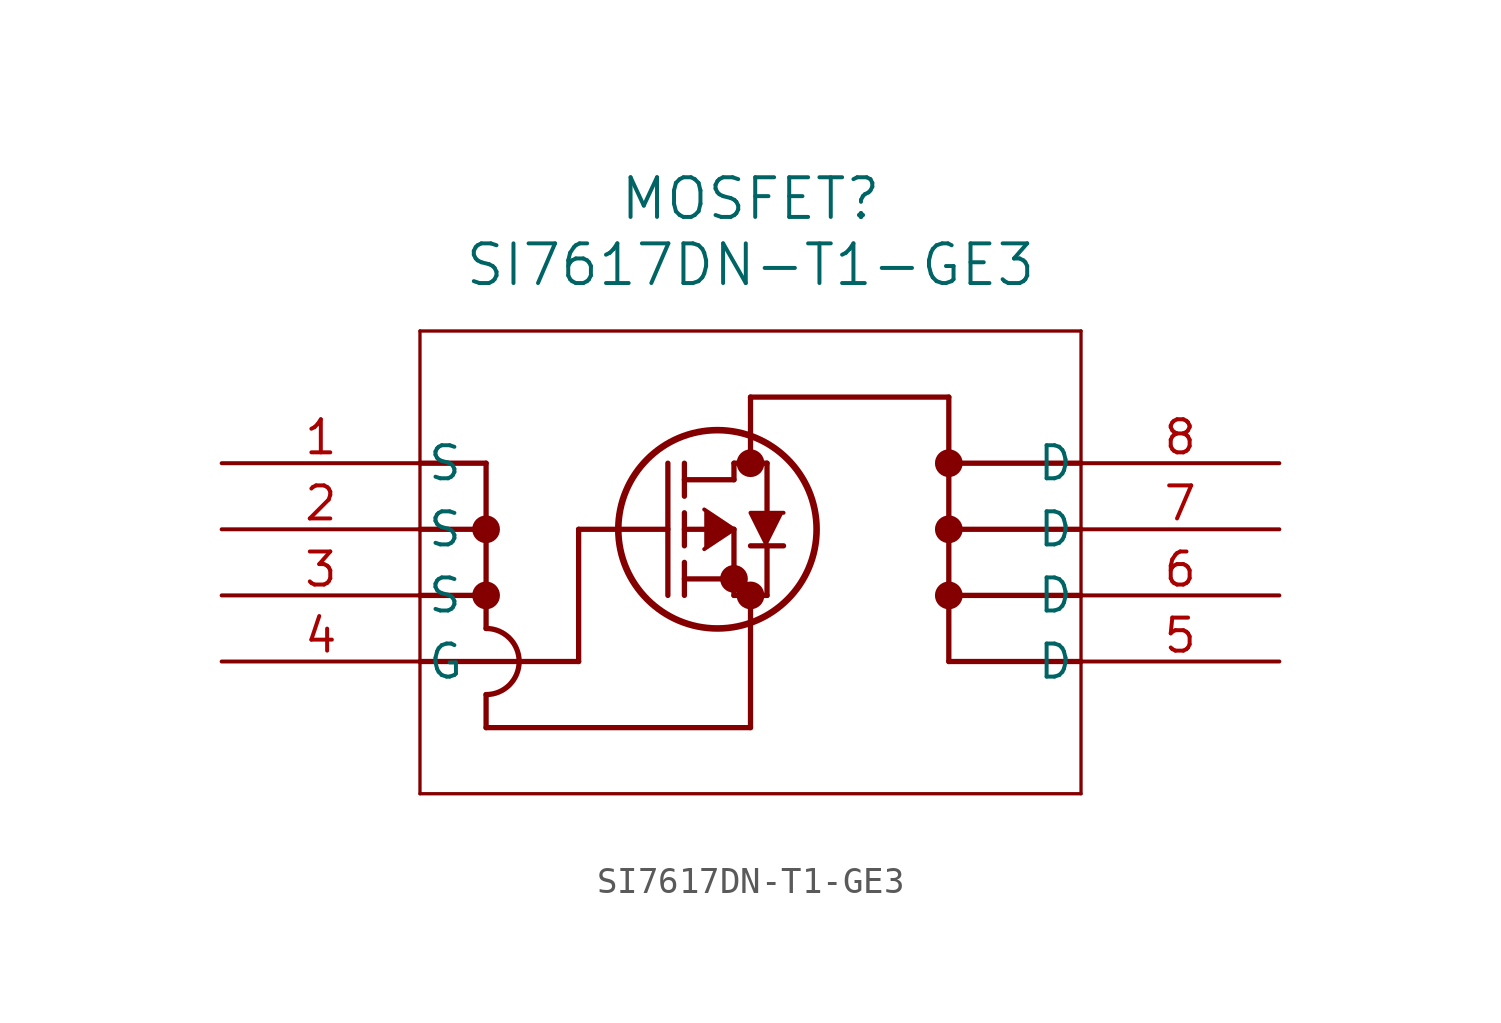
<source format=kicad_sym>
(kicad_symbol_lib
  (version 20211014)
  (generator kicad_symbol_editor)
  (symbol "SI7617DN-T1-GE3"
    (pin_names
      (offset 0.254))
    (property "Reference" "MOSFET"
      (at 20.32 10.16 0)
      (effects (font (size 1.524 1.524))))
    (property "Value" "SI7617DN-T1-GE3"
      (at 20.32 7.62 0)
      (effects (font (size 1.524 1.524))))
    (symbol "SI7617DN-T1-GE3_0_1"
      (polyline (pts (xy 7.62 5.08) (xy 7.62 -12.7)) (stroke (width 0.127) (type default) (color 0 0 0 0)) (fill (type none)))
      (polyline (pts (xy 7.62 -12.7) (xy 33.02 -12.7)) (stroke (width 0.127) (type default) (color 0 0 0 0)) (fill (type none)))
      (polyline (pts (xy 33.02 -12.7) (xy 33.02 5.08)) (stroke (width 0.127) (type default) (color 0 0 0 0)) (fill (type none)))
      (polyline (pts (xy 33.02 5.08) (xy 7.62 5.08)) (stroke (width 0.127) (type default) (color 0 0 0 0)) (fill (type none)))
      (circle (center 20.32 0) (radius 0.025) (stroke (width 0.508) (type default) (color 0 0 0 0)) (fill (type none)))
      (circle (center 20.32 -5.08) (radius 0.025) (stroke (width 0.508) (type default) (color 0 0 0 0)) (fill (type none)))
      (circle (center 19.685 -4.445) (radius 0.025) (stroke (width 0.508) (type default) (color 0 0 0 0)) (fill (type none)))
      (circle (center 19.05 -2.54) (radius 3.81) (stroke (width 0.254) (type default) (color 0 0 0 0)) (fill (type none)))
      (polyline (pts (xy 13.716 -2.54) (xy 17.145 -2.54)) (stroke (width 0.203) (type default) (color 0 0 0 0)) (fill (type none)))
      (polyline (pts (xy 17.145 -5.08) (xy 17.145 0)) (stroke (width 0.203) (type default) (color 0 0 0 0)) (fill (type none)))
      (polyline (pts (xy 17.78 -3.175) (xy 17.78 -1.905)) (stroke (width 0.203) (type default) (color 0 0 0 0)) (fill (type none)))
      (polyline (pts (xy 17.78 -5.08) (xy 17.78 -3.81)) (stroke (width 0.203) (type default) (color 0 0 0 0)) (fill (type none)))
      (polyline (pts (xy 17.78 -1.27) (xy 17.78 0)) (stroke (width 0.203) (type default) (color 0 0 0 0)) (fill (type none)))
      (polyline (pts (xy 17.78 -2.54) (xy 19.685 -2.54)) (stroke (width 0.203) (type default) (color 0 0 0 0)) (fill (type none)))
      (polyline (pts (xy 17.78 -4.445) (xy 19.685 -4.445)) (stroke (width 0.203) (type default) (color 0 0 0 0)) (fill (type none)))
      (polyline (pts (xy 19.685 -5.08) (xy 19.685 -2.54)) (stroke (width 0.203) (type default) (color 0 0 0 0)) (fill (type none)))
      (polyline (pts (xy 19.685 -5.08) (xy 20.955 -5.08)) (stroke (width 0.203) (type default) (color 0 0 0 0)) (fill (type none)))
      (polyline (pts (xy 17.78 -0.635) (xy 19.685 -0.635)) (stroke (width 0.203) (type default) (color 0 0 0 0)) (fill (type none)))
      (polyline (pts (xy 20.955 -1.905) (xy 20.955 0)) (stroke (width 0.203) (type default) (color 0 0 0 0)) (fill (type none)))
      (polyline (pts (xy 20.955 -5.08) (xy 20.955 -3.175)) (stroke (width 0.203) (type default) (color 0 0 0 0)) (fill (type none)))
      (polyline (pts (xy 21.59 -3.175) (xy 20.32 -3.175)) (stroke (width 0.203) (type default) (color 0 0 0 0)) (fill (type none)))
      (polyline (pts (xy 19.685 0) (xy 20.955 0)) (stroke (width 0.203) (type default) (color 0 0 0 0)) (fill (type none)))
      (polyline (pts (xy 19.685 -0.635) (xy 19.685 0)) (stroke (width 0.203) (type default) (color 0 0 0 0)) (fill (type none)))
      (polyline (pts (xy 13.716 -7.62) (xy 13.716 -2.54)) (stroke (width 0.203) (type default) (color 0 0 0 0)) (fill (type none)))
      (polyline (pts (xy 21.59 -1.905) (xy 20.32 -1.905) (xy 20.955 -3.175)) (stroke (width 0) (type default) (color 0 0 0 0)) (fill (type outline)))
      (polyline (pts (xy 7.62 -7.62) (xy 13.716 -7.62)) (stroke (width 0.203) (type default) (color 0 0 0 0)) (fill (type none)))
      (polyline (pts (xy 18.542 -1.778) (xy 19.685 -2.54) (xy 18.542 -3.302)) (stroke (width 0) (type default) (color 0 0 0 0)) (fill (type outline)))
      (polyline (pts (xy 20.32 -10.16) (xy 20.32 -5.08)) (stroke (width 0.203) (type default) (color 0 0 0 0)) (fill (type none)))
      (polyline (pts (xy 20.32 -10.16) (xy 10.16 -10.16)) (stroke (width 0.203) (type default) (color 0 0 0 0)) (fill (type none)))
      (polyline (pts (xy 10.16 0) (xy 7.62 0)) (stroke (width 0.203) (type default) (color 0 0 0 0)) (fill (type none)))
      (polyline (pts (xy 10.16 -2.54) (xy 7.62 -2.54)) (stroke (width 0.203) (type default) (color 0 0 0 0)) (fill (type none)))
      (polyline (pts (xy 10.16 -5.08) (xy 7.62 -5.08)) (stroke (width 0.203) (type default) (color 0 0 0 0)) (fill (type none)))
      (polyline (pts (xy 10.16 -6.35) (xy 10.16 0)) (stroke (width 0.203) (type default) (color 0 0 0 0)) (fill (type none)))
      (polyline (pts (xy 20.32 0) (xy 20.32 2.54)) (stroke (width 0.203) (type default) (color 0 0 0 0)) (fill (type none)))
      (polyline (pts (xy 27.94 2.54) (xy 20.32 2.54)) (stroke (width 0.203) (type default) (color 0 0 0 0)) (fill (type none)))
      (polyline (pts (xy 27.94 -7.62) (xy 33.02 -7.62)) (stroke (width 0.203) (type default) (color 0 0 0 0)) (fill (type none)))
      (polyline (pts (xy 27.94 -7.62) (xy 27.94 2.54)) (stroke (width 0.203) (type default) (color 0 0 0 0)) (fill (type none)))
      (polyline (pts (xy 27.94 -5.08) (xy 33.02 -5.08)) (stroke (width 0.203) (type default) (color 0 0 0 0)) (fill (type none)))
      (polyline (pts (xy 27.94 -2.54) (xy 33.02 -2.54)) (stroke (width 0.203) (type default) (color 0 0 0 0)) (fill (type none)))
      (polyline (pts (xy 27.94 0) (xy 33.02 0)) (stroke (width 0.203) (type default) (color 0 0 0 0)) (fill (type none)))
      (circle (center 27.94 0) (radius 0.025) (stroke (width 0.508) (type default) (color 0 0 0 0)) (fill (type none)))
      (circle (center 27.94 -2.54) (radius 0.025) (stroke (width 0.508) (type default) (color 0 0 0 0)) (fill (type none)))
      (circle (center 27.94 -5.08) (radius 0.025) (stroke (width 0.508) (type default) (color 0 0 0 0)) (fill (type none)))
      (circle (center 10.16 -2.54) (radius 0.025) (stroke (width 0.508) (type default) (color 0 0 0 0)) (fill (type none)))
      (circle (center 10.16 -5.08) (radius 0.025) (stroke (width 0.508) (type default) (color 0 0 0 0)) (fill (type none)))
      (polyline (pts (xy 10.16 -10.16) (xy 10.16 -8.89)) (stroke (width 0.203) (type default) (color 0 0 0 0)) (fill (type none)))
      (arc (start 10.16 -8.89) (mid 11.43 -7.62) (end 10.16 -6.35) (stroke (width 0.2032) (type default) (color 0 0 0 0)) (fill (type none)))
      (pin unspecified line (at 0 0 0) (length 7.62) (name "S" (effects (font (size 1.27 1.27)))) (number "1" (effects (font (size 1.27 1.27)))))
      (pin unspecified line (at 0 -2.54 0) (length 7.62) (name "S" (effects (font (size 1.27 1.27)))) (number "2" (effects (font (size 1.27 1.27)))))
      (pin unspecified line (at 0 -5.08 0) (length 7.62) (name "S" (effects (font (size 1.27 1.27)))) (number "3" (effects (font (size 1.27 1.27)))))
      (pin unspecified line (at 0 -7.62 0) (length 7.62) (name "G" (effects (font (size 1.27 1.27)))) (number "4" (effects (font (size 1.27 1.27)))))
      (pin unspecified line (at 40.64 -7.62 180) (length 7.62) (name "D" (effects (font (size 1.27 1.27)))) (number "5" (effects (font (size 1.27 1.27)))))
      (pin unspecified line (at 40.64 -5.08 180) (length 7.62) (name "D" (effects (font (size 1.27 1.27)))) (number "6" (effects (font (size 1.27 1.27)))))
      (pin unspecified line (at 40.64 -2.54 180) (length 7.62) (name "D" (effects (font (size 1.27 1.27)))) (number "7" (effects (font (size 1.27 1.27)))))
      (pin unspecified line (at 40.64 0 180) (length 7.62) (name "D" (effects (font (size 1.27 1.27)))) (number "8" (effects (font (size 1.27 1.27))))))))
</source>
